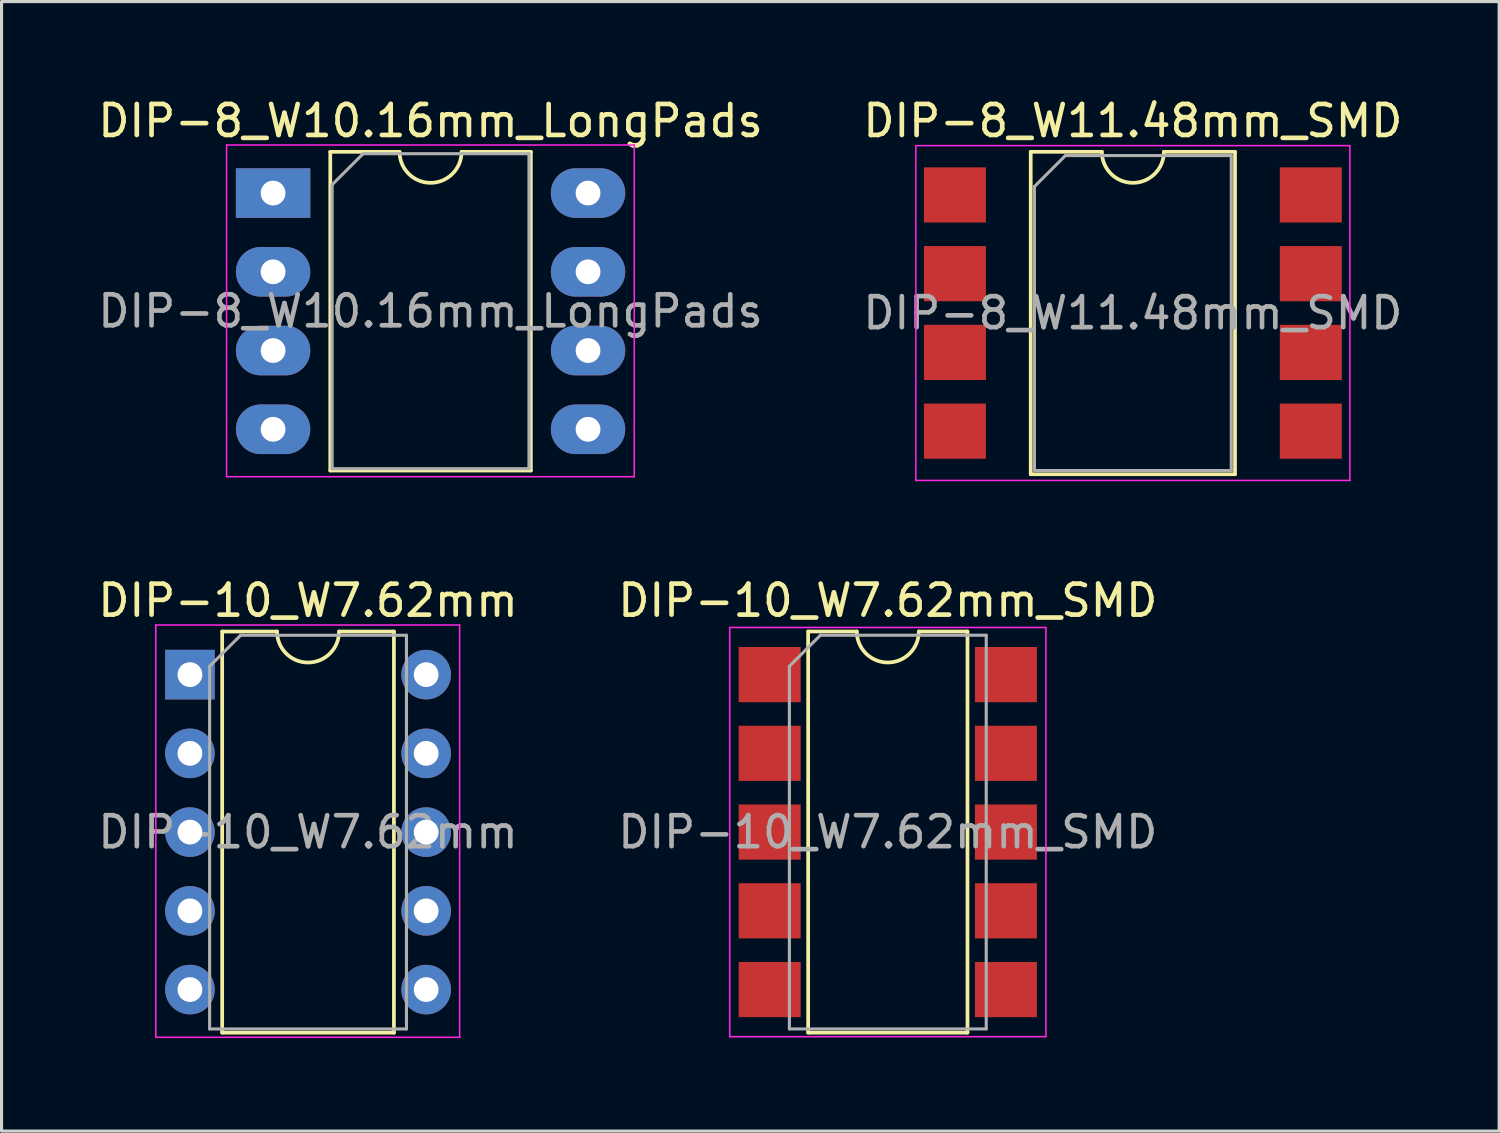
<source format=kicad_pcb>
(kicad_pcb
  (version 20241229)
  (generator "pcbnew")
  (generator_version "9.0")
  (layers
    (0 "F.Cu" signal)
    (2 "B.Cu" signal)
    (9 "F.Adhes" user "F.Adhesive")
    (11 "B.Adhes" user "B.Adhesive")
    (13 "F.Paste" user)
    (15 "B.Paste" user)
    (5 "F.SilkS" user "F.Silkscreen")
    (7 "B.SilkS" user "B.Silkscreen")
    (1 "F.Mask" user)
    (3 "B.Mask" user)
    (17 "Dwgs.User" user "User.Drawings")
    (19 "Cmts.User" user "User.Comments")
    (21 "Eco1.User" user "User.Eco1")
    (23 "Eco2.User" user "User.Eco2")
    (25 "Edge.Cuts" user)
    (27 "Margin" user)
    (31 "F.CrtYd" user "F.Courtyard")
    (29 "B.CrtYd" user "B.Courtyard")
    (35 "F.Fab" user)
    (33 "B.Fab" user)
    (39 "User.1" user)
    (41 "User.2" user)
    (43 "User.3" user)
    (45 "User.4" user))
  (footprint "DIP-10_W7.62mm"
    (layer "F.Cu")
    (at 3.077 18.712)
    (property "Reference" "DIP-10_W7.62mm" (at 3.81 -2.39 0) (layer "F.SilkS") (effects (font (size 1 1) (thickness 0.15))))
    (attr through_hole)
    (fp_line (start 1.04 -1.39) (end 1.04 11.55) (stroke (width 0.12) (type solid)) (layer "F.SilkS"))
    (fp_line (start 1.04 11.55) (end 6.58 11.55) (stroke (width 0.12) (type solid)) (layer "F.SilkS"))
    (fp_line (start 2.81 -1.39) (end 1.04 -1.39) (stroke (width 0.12) (type solid)) (layer "F.SilkS"))
    (fp_line (start 6.58 -1.39) (end 4.81 -1.39) (stroke (width 0.12) (type solid)) (layer "F.SilkS"))
    (fp_line (start 6.58 11.55) (end 6.58 -1.39) (stroke (width 0.12) (type solid)) (layer "F.SilkS"))
    (fp_arc (start 4.81 -1.39) (mid 3.81 -0.39) (end 2.81 -1.39) (stroke (width 0.12) (type solid)) (layer "F.SilkS"))
    (fp_line (start -1.1 -1.6) (end -1.1 11.7) (stroke (width 0.05) (type solid)) (layer "F.CrtYd"))
    (fp_line (start -1.1 11.7) (end 8.7 11.7) (stroke (width 0.05) (type solid)) (layer "F.CrtYd"))
    (fp_line (start 8.7 -1.6) (end -1.1 -1.6) (stroke (width 0.05) (type solid)) (layer "F.CrtYd"))
    (fp_line (start 8.7 11.7) (end 8.7 -1.6) (stroke (width 0.05) (type solid)) (layer "F.CrtYd"))
    (fp_line (start 0.635 -0.27) (end 1.635 -1.27) (stroke (width 0.1) (type solid)) (layer "F.Fab"))
    (fp_line (start 0.635 11.43) (end 0.635 -0.27) (stroke (width 0.1) (type solid)) (layer "F.Fab"))
    (fp_line (start 1.635 -1.27) (end 6.985 -1.27) (stroke (width 0.1) (type solid)) (layer "F.Fab"))
    (fp_line (start 6.985 -1.27) (end 6.985 11.43) (stroke (width 0.1) (type solid)) (layer "F.Fab"))
    (fp_line (start 6.985 11.43) (end 0.635 11.43) (stroke (width 0.1) (type solid)) (layer "F.Fab"))
    (fp_text user "${REFERENCE}" (at 3.81 5.08 0) (layer "F.Fab") (effects (font (size 1 1) (thickness 0.15))))
    (pad "1" thru_hole rect (at 0 0) (size 1.6 1.6) (drill 0.8) (layers "*.Cu" "*.Mask"))
    (pad "2" thru_hole oval (at 0 2.54) (size 1.6 1.6) (drill 0.8) (layers "*.Cu" "*.Mask"))
    (pad "3" thru_hole oval (at 0 5.08) (size 1.6 1.6) (drill 0.8) (layers "*.Cu" "*.Mask"))
    (pad "4" thru_hole oval (at 0 7.62) (size 1.6 1.6) (drill 0.8) (layers "*.Cu" "*.Mask"))
    (pad "5" thru_hole oval (at 0 10.16) (size 1.6 1.6) (drill 0.8) (layers "*.Cu" "*.Mask"))
    (pad "6" thru_hole oval (at 7.62 10.16) (size 1.6 1.6) (drill 0.8) (layers "*.Cu" "*.Mask"))
    (pad "7" thru_hole oval (at 7.62 7.62) (size 1.6 1.6) (drill 0.8) (layers "*.Cu" "*.Mask"))
    (pad "8" thru_hole oval (at 7.62 5.08) (size 1.6 1.6) (drill 0.8) (layers "*.Cu" "*.Mask"))
    (pad "9" thru_hole oval (at 7.62 2.54) (size 1.6 1.6) (drill 0.8) (layers "*.Cu" "*.Mask"))
    (pad "10" thru_hole oval (at 7.62 0) (size 1.6 1.6) (drill 0.8) (layers "*.Cu" "*.Mask")))
  (footprint "DIP-10_W7.62mm_SMD"
    (layer "F.Cu")
    (at 25.589 23.791)
    (property "Reference" "DIP-10_W7.62mm_SMD" (at 0 -7.47 0) (layer "F.SilkS") (effects (font (size 1 1) (thickness 0.15))))
    (attr smd)
    (fp_line (start -2.57 -6.47) (end -2.57 6.47) (stroke (width 0.12) (type solid)) (layer "F.SilkS"))
    (fp_line (start -2.57 6.47) (end 2.57 6.47) (stroke (width 0.12) (type solid)) (layer "F.SilkS"))
    (fp_line (start -1 -6.47) (end -2.57 -6.47) (stroke (width 0.12) (type solid)) (layer "F.SilkS"))
    (fp_line (start 2.57 -6.47) (end 1 -6.47) (stroke (width 0.12) (type solid)) (layer "F.SilkS"))
    (fp_line (start 2.57 6.47) (end 2.57 -6.47) (stroke (width 0.12) (type solid)) (layer "F.SilkS"))
    (fp_arc (start 1 -6.47) (mid 0 -5.47) (end -1 -6.47) (stroke (width 0.12) (type solid)) (layer "F.SilkS"))
    (fp_line (start -5.1 -6.6) (end -5.1 6.6) (stroke (width 0.05) (type solid)) (layer "F.CrtYd"))
    (fp_line (start -5.1 6.6) (end 5.1 6.6) (stroke (width 0.05) (type solid)) (layer "F.CrtYd"))
    (fp_line (start 5.1 -6.6) (end -5.1 -6.6) (stroke (width 0.05) (type solid)) (layer "F.CrtYd"))
    (fp_line (start 5.1 6.6) (end 5.1 -6.6) (stroke (width 0.05) (type solid)) (layer "F.CrtYd"))
    (fp_line (start -3.175 -5.35) (end -2.175 -6.35) (stroke (width 0.1) (type solid)) (layer "F.Fab"))
    (fp_line (start -3.175 6.35) (end -3.175 -5.35) (stroke (width 0.1) (type solid)) (layer "F.Fab"))
    (fp_line (start -2.175 -6.35) (end 3.175 -6.35) (stroke (width 0.1) (type solid)) (layer "F.Fab"))
    (fp_line (start 3.175 -6.35) (end 3.175 6.35) (stroke (width 0.1) (type solid)) (layer "F.Fab"))
    (fp_line (start 3.175 6.35) (end -3.175 6.35) (stroke (width 0.1) (type solid)) (layer "F.Fab"))
    (fp_text user "${REFERENCE}" (at 0 0 0) (layer "F.Fab") (effects (font (size 1 1) (thickness 0.15))))
    (pad "1" smd rect (at -3.81 -5.08) (size 2 1.78) (layers "F.Cu" "F.Mask" "F.Paste"))
    (pad "2" smd rect (at -3.81 -2.54) (size 2 1.78) (layers "F.Cu" "F.Mask" "F.Paste"))
    (pad "3" smd rect (at -3.81 0) (size 2 1.78) (layers "F.Cu" "F.Mask" "F.Paste"))
    (pad "4" smd rect (at -3.81 2.54) (size 2 1.78) (layers "F.Cu" "F.Mask" "F.Paste"))
    (pad "5" smd rect (at -3.81 5.08) (size 2 1.78) (layers "F.Cu" "F.Mask" "F.Paste"))
    (pad "6" smd rect (at 3.81 5.08) (size 2 1.78) (layers "F.Cu" "F.Mask" "F.Paste"))
    (pad "7" smd rect (at 3.81 2.54) (size 2 1.78) (layers "F.Cu" "F.Mask" "F.Paste"))
    (pad "8" smd rect (at 3.81 0) (size 2 1.78) (layers "F.Cu" "F.Mask" "F.Paste"))
    (pad "9" smd rect (at 3.81 -2.54) (size 2 1.78) (layers "F.Cu" "F.Mask" "F.Paste"))
    (pad "10" smd rect (at 3.81 -5.08) (size 2 1.78) (layers "F.Cu" "F.Mask" "F.Paste")))
  (footprint "DIP-8_W10.16mm_LongPads"
    (layer "F.Cu")
    (at 5.759 3.178)
    (property "Reference" "DIP-8_W10.16mm_LongPads" (at 5.08 -2.33 0) (layer "F.SilkS") (effects (font (size 1 1) (thickness 0.15))))
    (attr through_hole)
    (fp_line (start 1.845 -1.33) (end 1.845 8.95) (stroke (width 0.12) (type solid)) (layer "F.SilkS"))
    (fp_line (start 1.845 8.95) (end 8.315 8.95) (stroke (width 0.12) (type solid)) (layer "F.SilkS"))
    (fp_line (start 4.08 -1.33) (end 1.845 -1.33) (stroke (width 0.12) (type solid)) (layer "F.SilkS"))
    (fp_line (start 8.315 -1.33) (end 6.08 -1.33) (stroke (width 0.12) (type solid)) (layer "F.SilkS"))
    (fp_line (start 8.315 8.95) (end 8.315 -1.33) (stroke (width 0.12) (type solid)) (layer "F.SilkS"))
    (fp_arc (start 6.08 -1.33) (mid 5.08 -0.33) (end 4.08 -1.33) (stroke (width 0.12) (type solid)) (layer "F.SilkS"))
    (fp_line (start -1.5 -1.55) (end -1.5 9.15) (stroke (width 0.05) (type solid)) (layer "F.CrtYd"))
    (fp_line (start -1.5 9.15) (end 11.65 9.15) (stroke (width 0.05) (type solid)) (layer "F.CrtYd"))
    (fp_line (start 11.65 -1.55) (end -1.5 -1.55) (stroke (width 0.05) (type solid)) (layer "F.CrtYd"))
    (fp_line (start 11.65 9.15) (end 11.65 -1.55) (stroke (width 0.05) (type solid)) (layer "F.CrtYd"))
    (fp_line (start 1.905 -0.27) (end 2.905 -1.27) (stroke (width 0.1) (type solid)) (layer "F.Fab"))
    (fp_line (start 1.905 8.89) (end 1.905 -0.27) (stroke (width 0.1) (type solid)) (layer "F.Fab"))
    (fp_line (start 2.905 -1.27) (end 8.255 -1.27) (stroke (width 0.1) (type solid)) (layer "F.Fab"))
    (fp_line (start 8.255 -1.27) (end 8.255 8.89) (stroke (width 0.1) (type solid)) (layer "F.Fab"))
    (fp_line (start 8.255 8.89) (end 1.905 8.89) (stroke (width 0.1) (type solid)) (layer "F.Fab"))
    (fp_text user "${REFERENCE}" (at 5.08 3.81 0) (layer "F.Fab") (effects (font (size 1 1) (thickness 0.15))))
    (pad "1" thru_hole rect (at 0 0) (size 2.4 1.6) (drill 0.8) (layers "*.Cu" "*.Mask"))
    (pad "2" thru_hole oval (at 0 2.54) (size 2.4 1.6) (drill 0.8) (layers "*.Cu" "*.Mask"))
    (pad "3" thru_hole oval (at 0 5.08) (size 2.4 1.6) (drill 0.8) (layers "*.Cu" "*.Mask"))
    (pad "4" thru_hole oval (at 0 7.62) (size 2.4 1.6) (drill 0.8) (layers "*.Cu" "*.Mask"))
    (pad "5" thru_hole oval (at 10.16 7.62) (size 2.4 1.6) (drill 0.8) (layers "*.Cu" "*.Mask"))
    (pad "6" thru_hole oval (at 10.16 5.08) (size 2.4 1.6) (drill 0.8) (layers "*.Cu" "*.Mask"))
    (pad "7" thru_hole oval (at 10.16 2.54) (size 2.4 1.6) (drill 0.8) (layers "*.Cu" "*.Mask"))
    (pad "8" thru_hole oval (at 10.16 0) (size 2.4 1.6) (drill 0.8) (layers "*.Cu" "*.Mask")))
  (footprint "DIP-8_W11.48mm_SMD"
    (layer "F.Cu")
    (at 33.494 7.048)
    (property "Reference" "DIP-8_W11.48mm_SMD" (at 0 -6.2 0) (layer "F.SilkS") (effects (font (size 1 1) (thickness 0.15))))
    (attr smd)
    (fp_line (start -3.295 -5.2) (end -3.295 5.2) (stroke (width 0.12) (type solid)) (layer "F.SilkS"))
    (fp_line (start -3.295 5.2) (end 3.295 5.2) (stroke (width 0.12) (type solid)) (layer "F.SilkS"))
    (fp_line (start -1 -5.2) (end -3.295 -5.2) (stroke (width 0.12) (type solid)) (layer "F.SilkS"))
    (fp_line (start 3.295 -5.2) (end 1 -5.2) (stroke (width 0.12) (type solid)) (layer "F.SilkS"))
    (fp_line (start 3.295 5.2) (end 3.295 -5.2) (stroke (width 0.12) (type solid)) (layer "F.SilkS"))
    (fp_arc (start 1 -5.2) (mid 0 -4.2) (end -1 -5.2) (stroke (width 0.12) (type solid)) (layer "F.SilkS"))
    (fp_line (start -7 -5.4) (end -7 5.4) (stroke (width 0.05) (type solid)) (layer "F.CrtYd"))
    (fp_line (start -7 5.4) (end 7 5.4) (stroke (width 0.05) (type solid)) (layer "F.CrtYd"))
    (fp_line (start 7 -5.4) (end -7 -5.4) (stroke (width 0.05) (type solid)) (layer "F.CrtYd"))
    (fp_line (start 7 5.4) (end 7 -5.4) (stroke (width 0.05) (type solid)) (layer "F.CrtYd"))
    (fp_line (start -3.175 -4.08) (end -2.175 -5.08) (stroke (width 0.1) (type solid)) (layer "F.Fab"))
    (fp_line (start -3.175 5.08) (end -3.175 -4.08) (stroke (width 0.1) (type solid)) (layer "F.Fab"))
    (fp_line (start -2.175 -5.08) (end 3.175 -5.08) (stroke (width 0.1) (type solid)) (layer "F.Fab"))
    (fp_line (start 3.175 -5.08) (end 3.175 5.08) (stroke (width 0.1) (type solid)) (layer "F.Fab"))
    (fp_line (start 3.175 5.08) (end -3.175 5.08) (stroke (width 0.1) (type solid)) (layer "F.Fab"))
    (fp_text user "${REFERENCE}" (at 0 0 0) (layer "F.Fab") (effects (font (size 1 1) (thickness 0.15))))
    (pad "1" smd rect (at -5.74 -3.81) (size 2 1.78) (layers "F.Cu" "F.Mask" "F.Paste"))
    (pad "2" smd rect (at -5.74 -1.27) (size 2 1.78) (layers "F.Cu" "F.Mask" "F.Paste"))
    (pad "3" smd rect (at -5.74 1.27) (size 2 1.78) (layers "F.Cu" "F.Mask" "F.Paste"))
    (pad "4" smd rect (at -5.74 3.81) (size 2 1.78) (layers "F.Cu" "F.Mask" "F.Paste"))
    (pad "5" smd rect (at 5.74 3.81) (size 2 1.78) (layers "F.Cu" "F.Mask" "F.Paste"))
    (pad "6" smd rect (at 5.74 1.27) (size 2 1.78) (layers "F.Cu" "F.Mask" "F.Paste"))
    (pad "7" smd rect (at 5.74 -1.27) (size 2 1.78) (layers "F.Cu" "F.Mask" "F.Paste"))
    (pad "8" smd rect (at 5.74 -3.81) (size 2 1.78) (layers "F.Cu" "F.Mask" "F.Paste")))
  (gr_rect
    (start -3 -3)
    (end 45.31 33.437)
    (stroke (width 0.1) (type default))
    (fill no)
    (layer "Edge.Cuts")))
</source>
